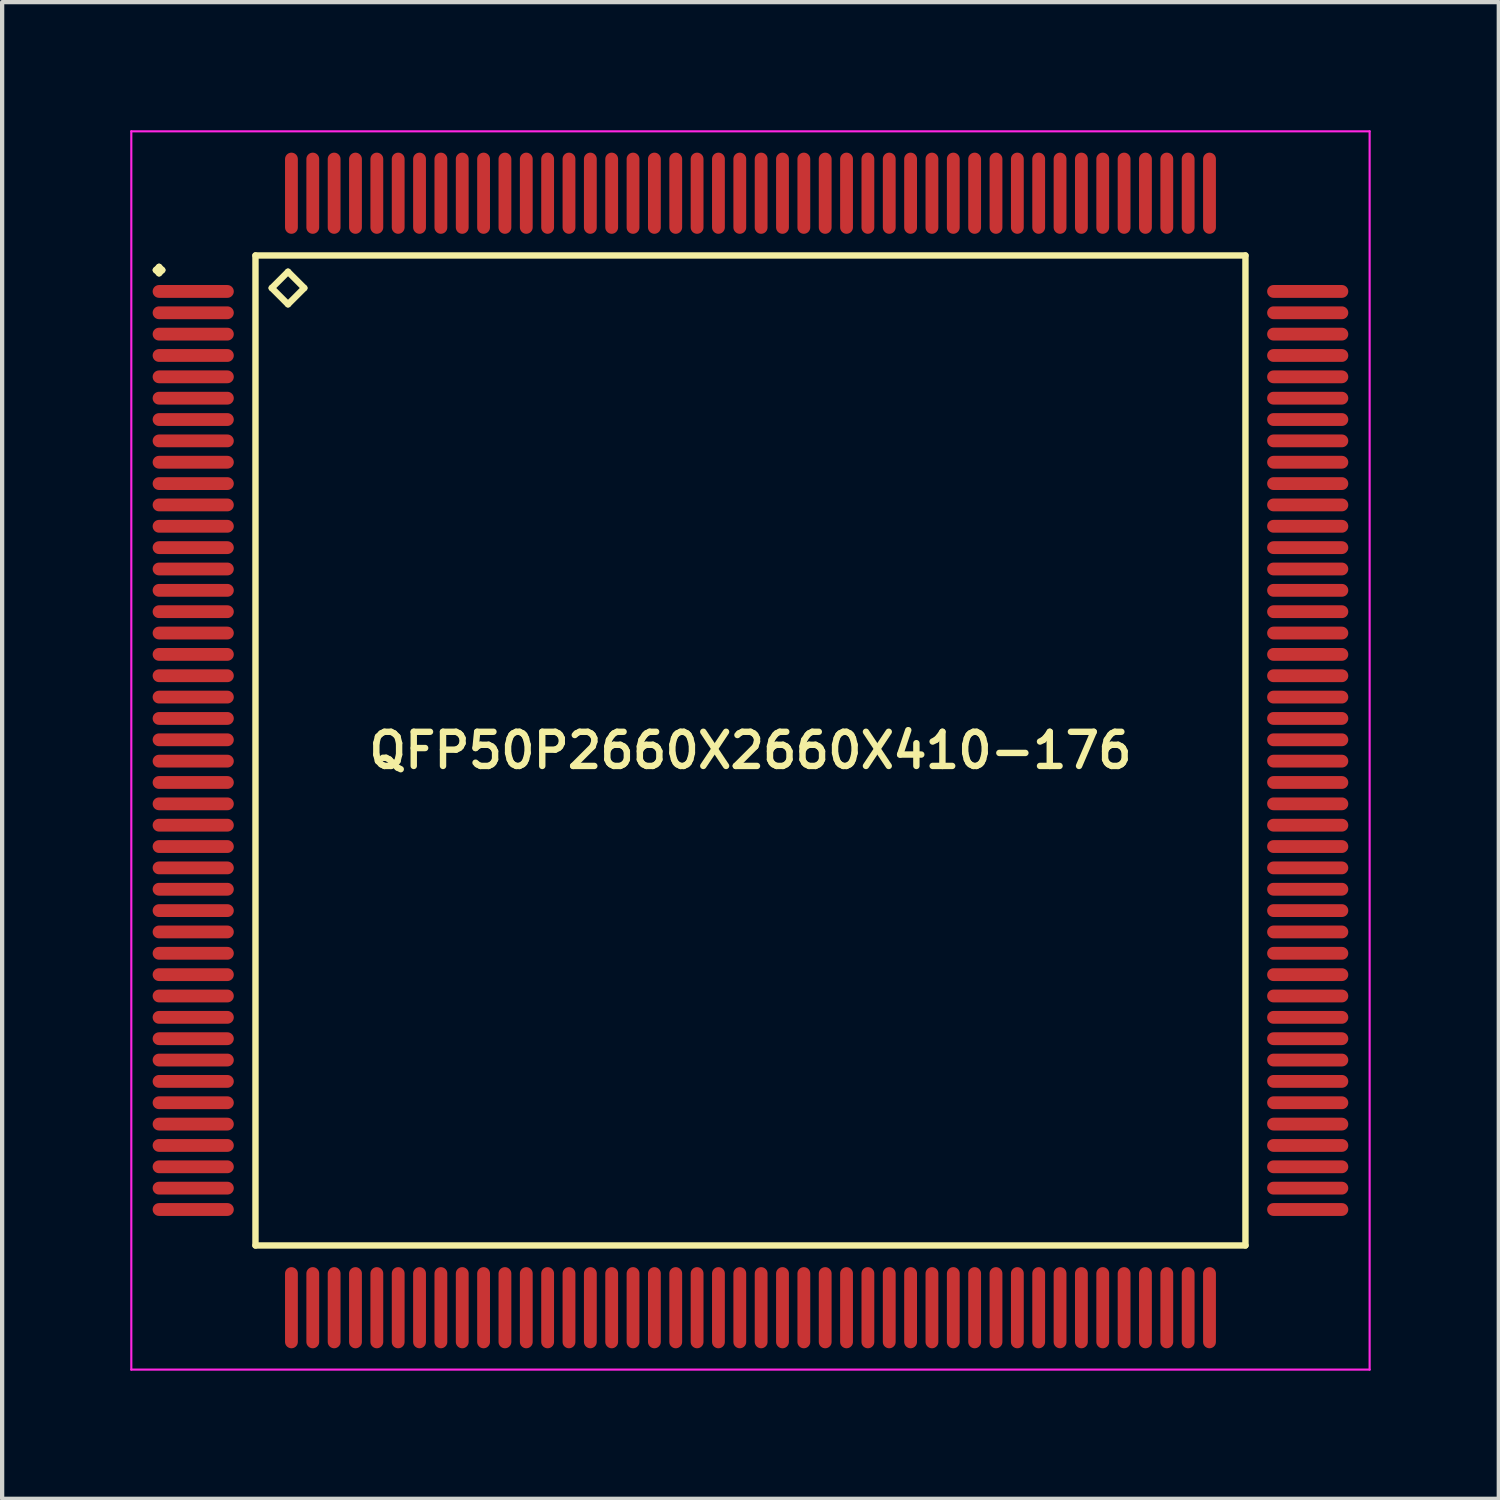
<source format=kicad_pcb>
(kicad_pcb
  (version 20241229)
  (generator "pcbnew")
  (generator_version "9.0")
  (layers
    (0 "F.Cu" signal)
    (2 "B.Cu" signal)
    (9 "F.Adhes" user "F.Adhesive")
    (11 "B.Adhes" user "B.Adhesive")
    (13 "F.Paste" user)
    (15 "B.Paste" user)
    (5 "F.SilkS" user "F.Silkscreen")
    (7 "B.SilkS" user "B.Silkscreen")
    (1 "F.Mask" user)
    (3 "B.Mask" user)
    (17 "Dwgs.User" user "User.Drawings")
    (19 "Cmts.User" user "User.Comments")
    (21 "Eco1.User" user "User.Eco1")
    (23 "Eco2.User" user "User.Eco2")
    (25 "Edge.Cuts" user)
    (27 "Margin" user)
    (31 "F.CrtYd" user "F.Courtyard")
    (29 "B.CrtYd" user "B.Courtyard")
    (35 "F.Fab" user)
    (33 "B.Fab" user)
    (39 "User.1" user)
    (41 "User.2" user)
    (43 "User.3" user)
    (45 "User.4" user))
  (footprint "QFP50P2660X2660X410-176"
    (layer "F.Cu")
    (at 14.525 14.525)
    (property "Reference" "QFP50P2660X2660X410-176" (at 0 0 0) (layer "F.SilkS") (effects (font (size 0.8 0.8) (thickness 0.15))))
    (attr smd)
    (fp_line (start -13.925 -11.25) (end -13.85 -11.325) (stroke (width 0.15) (type solid)) (layer "F.SilkS"))
    (fp_line (start -13.85 -11.325) (end -13.775 -11.25) (stroke (width 0.15) (type solid)) (layer "F.SilkS"))
    (fp_line (start -13.85 -11.175) (end -13.925 -11.25) (stroke (width 0.15) (type solid)) (layer "F.SilkS"))
    (fp_line (start -13.775 -11.25) (end -13.85 -11.175) (stroke (width 0.15) (type solid)) (layer "F.SilkS"))
    (fp_line (start -11.592 -11.592) (end -11.592 11.592) (stroke (width 0.15) (type solid)) (layer "F.SilkS"))
    (fp_line (start -11.592 11.592) (end 11.592 11.592) (stroke (width 0.15) (type solid)) (layer "F.SilkS"))
    (fp_line (start -11.211 -10.83) (end -10.83 -11.211) (stroke (width 0.15) (type solid)) (layer "F.SilkS"))
    (fp_line (start -10.83 -11.211) (end -10.449 -10.83) (stroke (width 0.15) (type solid)) (layer "F.SilkS"))
    (fp_line (start -10.83 -10.449) (end -11.211 -10.83) (stroke (width 0.15) (type solid)) (layer "F.SilkS"))
    (fp_line (start -10.449 -10.83) (end -10.83 -10.449) (stroke (width 0.15) (type solid)) (layer "F.SilkS"))
    (fp_line (start 11.592 -11.592) (end -11.592 -11.592) (stroke (width 0.15) (type solid)) (layer "F.SilkS"))
    (fp_line (start 11.592 11.592) (end 11.592 -11.592) (stroke (width 0.15) (type solid)) (layer "F.SilkS"))
    (fp_line (start -14.5 -14.5) (end 14.5 -14.5) (stroke (width 0.05) (type solid)) (layer "F.CrtYd"))
    (fp_line (start -14.5 14.5) (end -14.5 -14.5) (stroke (width 0.05) (type solid)) (layer "F.CrtYd"))
    (fp_line (start 14.5 -14.5) (end 14.5 14.5) (stroke (width 0.05) (type solid)) (layer "F.CrtYd"))
    (fp_line (start 14.5 14.5) (end -14.5 14.5) (stroke (width 0.05) (type solid)) (layer "F.CrtYd"))
    (pad "1" smd oval (at -13.05 -10.75) (size 1.9 0.3) (layers "F.Cu" "F.Mask" "F.Paste"))
    (pad "2" smd oval (at -13.05 -10.25) (size 1.9 0.3) (layers "F.Cu" "F.Mask" "F.Paste"))
    (pad "3" smd oval (at -13.05 -9.75) (size 1.9 0.3) (layers "F.Cu" "F.Mask" "F.Paste"))
    (pad "4" smd oval (at -13.05 -9.25) (size 1.9 0.3) (layers "F.Cu" "F.Mask" "F.Paste"))
    (pad "5" smd oval (at -13.05 -8.75) (size 1.9 0.3) (layers "F.Cu" "F.Mask" "F.Paste"))
    (pad "6" smd oval (at -13.05 -8.25) (size 1.9 0.3) (layers "F.Cu" "F.Mask" "F.Paste"))
    (pad "7" smd oval (at -13.05 -7.75) (size 1.9 0.3) (layers "F.Cu" "F.Mask" "F.Paste"))
    (pad "8" smd oval (at -13.05 -7.25) (size 1.9 0.3) (layers "F.Cu" "F.Mask" "F.Paste"))
    (pad "9" smd oval (at -13.05 -6.75) (size 1.9 0.3) (layers "F.Cu" "F.Mask" "F.Paste"))
    (pad "10" smd oval (at -13.05 -6.25) (size 1.9 0.3) (layers "F.Cu" "F.Mask" "F.Paste"))
    (pad "11" smd oval (at -13.05 -5.75) (size 1.9 0.3) (layers "F.Cu" "F.Mask" "F.Paste"))
    (pad "12" smd oval (at -13.05 -5.25) (size 1.9 0.3) (layers "F.Cu" "F.Mask" "F.Paste"))
    (pad "13" smd oval (at -13.05 -4.75) (size 1.9 0.3) (layers "F.Cu" "F.Mask" "F.Paste"))
    (pad "14" smd oval (at -13.05 -4.25) (size 1.9 0.3) (layers "F.Cu" "F.Mask" "F.Paste"))
    (pad "15" smd oval (at -13.05 -3.75) (size 1.9 0.3) (layers "F.Cu" "F.Mask" "F.Paste"))
    (pad "16" smd oval (at -13.05 -3.25) (size 1.9 0.3) (layers "F.Cu" "F.Mask" "F.Paste"))
    (pad "17" smd oval (at -13.05 -2.75) (size 1.9 0.3) (layers "F.Cu" "F.Mask" "F.Paste"))
    (pad "18" smd oval (at -13.05 -2.25) (size 1.9 0.3) (layers "F.Cu" "F.Mask" "F.Paste"))
    (pad "19" smd oval (at -13.05 -1.75) (size 1.9 0.3) (layers "F.Cu" "F.Mask" "F.Paste"))
    (pad "20" smd oval (at -13.05 -1.25) (size 1.9 0.3) (layers "F.Cu" "F.Mask" "F.Paste"))
    (pad "21" smd oval (at -13.05 -0.75) (size 1.9 0.3) (layers "F.Cu" "F.Mask" "F.Paste"))
    (pad "22" smd oval (at -13.05 -0.25) (size 1.9 0.3) (layers "F.Cu" "F.Mask" "F.Paste"))
    (pad "23" smd oval (at -13.05 0.25) (size 1.9 0.3) (layers "F.Cu" "F.Mask" "F.Paste"))
    (pad "24" smd oval (at -13.05 0.75) (size 1.9 0.3) (layers "F.Cu" "F.Mask" "F.Paste"))
    (pad "25" smd oval (at -13.05 1.25) (size 1.9 0.3) (layers "F.Cu" "F.Mask" "F.Paste"))
    (pad "26" smd oval (at -13.05 1.75) (size 1.9 0.3) (layers "F.Cu" "F.Mask" "F.Paste"))
    (pad "27" smd oval (at -13.05 2.25) (size 1.9 0.3) (layers "F.Cu" "F.Mask" "F.Paste"))
    (pad "28" smd oval (at -13.05 2.75) (size 1.9 0.3) (layers "F.Cu" "F.Mask" "F.Paste"))
    (pad "29" smd oval (at -13.05 3.25) (size 1.9 0.3) (layers "F.Cu" "F.Mask" "F.Paste"))
    (pad "30" smd oval (at -13.05 3.75) (size 1.9 0.3) (layers "F.Cu" "F.Mask" "F.Paste"))
    (pad "31" smd oval (at -13.05 4.25) (size 1.9 0.3) (layers "F.Cu" "F.Mask" "F.Paste"))
    (pad "32" smd oval (at -13.05 4.75) (size 1.9 0.3) (layers "F.Cu" "F.Mask" "F.Paste"))
    (pad "33" smd oval (at -13.05 5.25) (size 1.9 0.3) (layers "F.Cu" "F.Mask" "F.Paste"))
    (pad "34" smd oval (at -13.05 5.75) (size 1.9 0.3) (layers "F.Cu" "F.Mask" "F.Paste"))
    (pad "35" smd oval (at -13.05 6.25) (size 1.9 0.3) (layers "F.Cu" "F.Mask" "F.Paste"))
    (pad "36" smd oval (at -13.05 6.75) (size 1.9 0.3) (layers "F.Cu" "F.Mask" "F.Paste"))
    (pad "37" smd oval (at -13.05 7.25) (size 1.9 0.3) (layers "F.Cu" "F.Mask" "F.Paste"))
    (pad "38" smd oval (at -13.05 7.75) (size 1.9 0.3) (layers "F.Cu" "F.Mask" "F.Paste"))
    (pad "39" smd oval (at -13.05 8.25) (size 1.9 0.3) (layers "F.Cu" "F.Mask" "F.Paste"))
    (pad "40" smd oval (at -13.05 8.75) (size 1.9 0.3) (layers "F.Cu" "F.Mask" "F.Paste"))
    (pad "41" smd oval (at -13.05 9.25) (size 1.9 0.3) (layers "F.Cu" "F.Mask" "F.Paste"))
    (pad "42" smd oval (at -13.05 9.75) (size 1.9 0.3) (layers "F.Cu" "F.Mask" "F.Paste"))
    (pad "43" smd oval (at -13.05 10.25) (size 1.9 0.3) (layers "F.Cu" "F.Mask" "F.Paste"))
    (pad "44" smd oval (at -13.05 10.75) (size 1.9 0.3) (layers "F.Cu" "F.Mask" "F.Paste"))
    (pad "45" smd oval (at -10.75 13.05) (size 0.3 1.9) (layers "F.Cu" "F.Mask" "F.Paste"))
    (pad "46" smd oval (at -10.25 13.05) (size 0.3 1.9) (layers "F.Cu" "F.Mask" "F.Paste"))
    (pad "47" smd oval (at -9.75 13.05) (size 0.3 1.9) (layers "F.Cu" "F.Mask" "F.Paste"))
    (pad "48" smd oval (at -9.25 13.05) (size 0.3 1.9) (layers "F.Cu" "F.Mask" "F.Paste"))
    (pad "49" smd oval (at -8.75 13.05) (size 0.3 1.9) (layers "F.Cu" "F.Mask" "F.Paste"))
    (pad "50" smd oval (at -8.25 13.05) (size 0.3 1.9) (layers "F.Cu" "F.Mask" "F.Paste"))
    (pad "51" smd oval (at -7.75 13.05) (size 0.3 1.9) (layers "F.Cu" "F.Mask" "F.Paste"))
    (pad "52" smd oval (at -7.25 13.05) (size 0.3 1.9) (layers "F.Cu" "F.Mask" "F.Paste"))
    (pad "53" smd oval (at -6.75 13.05) (size 0.3 1.9) (layers "F.Cu" "F.Mask" "F.Paste"))
    (pad "54" smd oval (at -6.25 13.05) (size 0.3 1.9) (layers "F.Cu" "F.Mask" "F.Paste"))
    (pad "55" smd oval (at -5.75 13.05) (size 0.3 1.9) (layers "F.Cu" "F.Mask" "F.Paste"))
    (pad "56" smd oval (at -5.25 13.05) (size 0.3 1.9) (layers "F.Cu" "F.Mask" "F.Paste"))
    (pad "57" smd oval (at -4.75 13.05) (size 0.3 1.9) (layers "F.Cu" "F.Mask" "F.Paste"))
    (pad "58" smd oval (at -4.25 13.05) (size 0.3 1.9) (layers "F.Cu" "F.Mask" "F.Paste"))
    (pad "59" smd oval (at -3.75 13.05) (size 0.3 1.9) (layers "F.Cu" "F.Mask" "F.Paste"))
    (pad "60" smd oval (at -3.25 13.05) (size 0.3 1.9) (layers "F.Cu" "F.Mask" "F.Paste"))
    (pad "61" smd oval (at -2.75 13.05) (size 0.3 1.9) (layers "F.Cu" "F.Mask" "F.Paste"))
    (pad "62" smd oval (at -2.25 13.05) (size 0.3 1.9) (layers "F.Cu" "F.Mask" "F.Paste"))
    (pad "63" smd oval (at -1.75 13.05) (size 0.3 1.9) (layers "F.Cu" "F.Mask" "F.Paste"))
    (pad "64" smd oval (at -1.25 13.05) (size 0.3 1.9) (layers "F.Cu" "F.Mask" "F.Paste"))
    (pad "65" smd oval (at -0.75 13.05) (size 0.3 1.9) (layers "F.Cu" "F.Mask" "F.Paste"))
    (pad "66" smd oval (at -0.25 13.05) (size 0.3 1.9) (layers "F.Cu" "F.Mask" "F.Paste"))
    (pad "67" smd oval (at 0.25 13.05) (size 0.3 1.9) (layers "F.Cu" "F.Mask" "F.Paste"))
    (pad "68" smd oval (at 0.75 13.05) (size 0.3 1.9) (layers "F.Cu" "F.Mask" "F.Paste"))
    (pad "69" smd oval (at 1.25 13.05) (size 0.3 1.9) (layers "F.Cu" "F.Mask" "F.Paste"))
    (pad "70" smd oval (at 1.75 13.05) (size 0.3 1.9) (layers "F.Cu" "F.Mask" "F.Paste"))
    (pad "71" smd oval (at 2.25 13.05) (size 0.3 1.9) (layers "F.Cu" "F.Mask" "F.Paste"))
    (pad "72" smd oval (at 2.75 13.05) (size 0.3 1.9) (layers "F.Cu" "F.Mask" "F.Paste"))
    (pad "73" smd oval (at 3.25 13.05) (size 0.3 1.9) (layers "F.Cu" "F.Mask" "F.Paste"))
    (pad "74" smd oval (at 3.75 13.05) (size 0.3 1.9) (layers "F.Cu" "F.Mask" "F.Paste"))
    (pad "75" smd oval (at 4.25 13.05) (size 0.3 1.9) (layers "F.Cu" "F.Mask" "F.Paste"))
    (pad "76" smd oval (at 4.75 13.05) (size 0.3 1.9) (layers "F.Cu" "F.Mask" "F.Paste"))
    (pad "77" smd oval (at 5.25 13.05) (size 0.3 1.9) (layers "F.Cu" "F.Mask" "F.Paste"))
    (pad "78" smd oval (at 5.75 13.05) (size 0.3 1.9) (layers "F.Cu" "F.Mask" "F.Paste"))
    (pad "79" smd oval (at 6.25 13.05) (size 0.3 1.9) (layers "F.Cu" "F.Mask" "F.Paste"))
    (pad "80" smd oval (at 6.75 13.05) (size 0.3 1.9) (layers "F.Cu" "F.Mask" "F.Paste"))
    (pad "81" smd oval (at 7.25 13.05) (size 0.3 1.9) (layers "F.Cu" "F.Mask" "F.Paste"))
    (pad "82" smd oval (at 7.75 13.05) (size 0.3 1.9) (layers "F.Cu" "F.Mask" "F.Paste"))
    (pad "83" smd oval (at 8.25 13.05) (size 0.3 1.9) (layers "F.Cu" "F.Mask" "F.Paste"))
    (pad "84" smd oval (at 8.75 13.05) (size 0.3 1.9) (layers "F.Cu" "F.Mask" "F.Paste"))
    (pad "85" smd oval (at 9.25 13.05) (size 0.3 1.9) (layers "F.Cu" "F.Mask" "F.Paste"))
    (pad "86" smd oval (at 9.75 13.05) (size 0.3 1.9) (layers "F.Cu" "F.Mask" "F.Paste"))
    (pad "87" smd oval (at 10.25 13.05) (size 0.3 1.9) (layers "F.Cu" "F.Mask" "F.Paste"))
    (pad "88" smd oval (at 10.75 13.05) (size 0.3 1.9) (layers "F.Cu" "F.Mask" "F.Paste"))
    (pad "89" smd oval (at 13.05 10.75) (size 1.9 0.3) (layers "F.Cu" "F.Mask" "F.Paste"))
    (pad "90" smd oval (at 13.05 10.25) (size 1.9 0.3) (layers "F.Cu" "F.Mask" "F.Paste"))
    (pad "91" smd oval (at 13.05 9.75) (size 1.9 0.3) (layers "F.Cu" "F.Mask" "F.Paste"))
    (pad "92" smd oval (at 13.05 9.25) (size 1.9 0.3) (layers "F.Cu" "F.Mask" "F.Paste"))
    (pad "93" smd oval (at 13.05 8.75) (size 1.9 0.3) (layers "F.Cu" "F.Mask" "F.Paste"))
    (pad "94" smd oval (at 13.05 8.25) (size 1.9 0.3) (layers "F.Cu" "F.Mask" "F.Paste"))
    (pad "95" smd oval (at 13.05 7.75) (size 1.9 0.3) (layers "F.Cu" "F.Mask" "F.Paste"))
    (pad "96" smd oval (at 13.05 7.25) (size 1.9 0.3) (layers "F.Cu" "F.Mask" "F.Paste"))
    (pad "97" smd oval (at 13.05 6.75) (size 1.9 0.3) (layers "F.Cu" "F.Mask" "F.Paste"))
    (pad "98" smd oval (at 13.05 6.25) (size 1.9 0.3) (layers "F.Cu" "F.Mask" "F.Paste"))
    (pad "99" smd oval (at 13.05 5.75) (size 1.9 0.3) (layers "F.Cu" "F.Mask" "F.Paste"))
    (pad "100" smd oval (at 13.05 5.25) (size 1.9 0.3) (layers "F.Cu" "F.Mask" "F.Paste"))
    (pad "101" smd oval (at 13.05 4.75) (size 1.9 0.3) (layers "F.Cu" "F.Mask" "F.Paste"))
    (pad "102" smd oval (at 13.05 4.25) (size 1.9 0.3) (layers "F.Cu" "F.Mask" "F.Paste"))
    (pad "103" smd oval (at 13.05 3.75) (size 1.9 0.3) (layers "F.Cu" "F.Mask" "F.Paste"))
    (pad "104" smd oval (at 13.05 3.25) (size 1.9 0.3) (layers "F.Cu" "F.Mask" "F.Paste"))
    (pad "105" smd oval (at 13.05 2.75) (size 1.9 0.3) (layers "F.Cu" "F.Mask" "F.Paste"))
    (pad "106" smd oval (at 13.05 2.25) (size 1.9 0.3) (layers "F.Cu" "F.Mask" "F.Paste"))
    (pad "107" smd oval (at 13.05 1.75) (size 1.9 0.3) (layers "F.Cu" "F.Mask" "F.Paste"))
    (pad "108" smd oval (at 13.05 1.25) (size 1.9 0.3) (layers "F.Cu" "F.Mask" "F.Paste"))
    (pad "109" smd oval (at 13.05 0.75) (size 1.9 0.3) (layers "F.Cu" "F.Mask" "F.Paste"))
    (pad "110" smd oval (at 13.05 0.25) (size 1.9 0.3) (layers "F.Cu" "F.Mask" "F.Paste"))
    (pad "111" smd oval (at 13.05 -0.25) (size 1.9 0.3) (layers "F.Cu" "F.Mask" "F.Paste"))
    (pad "112" smd oval (at 13.05 -0.75) (size 1.9 0.3) (layers "F.Cu" "F.Mask" "F.Paste"))
    (pad "113" smd oval (at 13.05 -1.25) (size 1.9 0.3) (layers "F.Cu" "F.Mask" "F.Paste"))
    (pad "114" smd oval (at 13.05 -1.75) (size 1.9 0.3) (layers "F.Cu" "F.Mask" "F.Paste"))
    (pad "115" smd oval (at 13.05 -2.25) (size 1.9 0.3) (layers "F.Cu" "F.Mask" "F.Paste"))
    (pad "116" smd oval (at 13.05 -2.75) (size 1.9 0.3) (layers "F.Cu" "F.Mask" "F.Paste"))
    (pad "117" smd oval (at 13.05 -3.25) (size 1.9 0.3) (layers "F.Cu" "F.Mask" "F.Paste"))
    (pad "118" smd oval (at 13.05 -3.75) (size 1.9 0.3) (layers "F.Cu" "F.Mask" "F.Paste"))
    (pad "119" smd oval (at 13.05 -4.25) (size 1.9 0.3) (layers "F.Cu" "F.Mask" "F.Paste"))
    (pad "120" smd oval (at 13.05 -4.75) (size 1.9 0.3) (layers "F.Cu" "F.Mask" "F.Paste"))
    (pad "121" smd oval (at 13.05 -5.25) (size 1.9 0.3) (layers "F.Cu" "F.Mask" "F.Paste"))
    (pad "122" smd oval (at 13.05 -5.75) (size 1.9 0.3) (layers "F.Cu" "F.Mask" "F.Paste"))
    (pad "123" smd oval (at 13.05 -6.25) (size 1.9 0.3) (layers "F.Cu" "F.Mask" "F.Paste"))
    (pad "124" smd oval (at 13.05 -6.75) (size 1.9 0.3) (layers "F.Cu" "F.Mask" "F.Paste"))
    (pad "125" smd oval (at 13.05 -7.25) (size 1.9 0.3) (layers "F.Cu" "F.Mask" "F.Paste"))
    (pad "126" smd oval (at 13.05 -7.75) (size 1.9 0.3) (layers "F.Cu" "F.Mask" "F.Paste"))
    (pad "127" smd oval (at 13.05 -8.25) (size 1.9 0.3) (layers "F.Cu" "F.Mask" "F.Paste"))
    (pad "128" smd oval (at 13.05 -8.75) (size 1.9 0.3) (layers "F.Cu" "F.Mask" "F.Paste"))
    (pad "129" smd oval (at 13.05 -9.25) (size 1.9 0.3) (layers "F.Cu" "F.Mask" "F.Paste"))
    (pad "130" smd oval (at 13.05 -9.75) (size 1.9 0.3) (layers "F.Cu" "F.Mask" "F.Paste"))
    (pad "131" smd oval (at 13.05 -10.25) (size 1.9 0.3) (layers "F.Cu" "F.Mask" "F.Paste"))
    (pad "132" smd oval (at 13.05 -10.75) (size 1.9 0.3) (layers "F.Cu" "F.Mask" "F.Paste"))
    (pad "133" smd oval (at 10.75 -13.05) (size 0.3 1.9) (layers "F.Cu" "F.Mask" "F.Paste"))
    (pad "134" smd oval (at 10.25 -13.05) (size 0.3 1.9) (layers "F.Cu" "F.Mask" "F.Paste"))
    (pad "135" smd oval (at 9.75 -13.05) (size 0.3 1.9) (layers "F.Cu" "F.Mask" "F.Paste"))
    (pad "136" smd oval (at 9.25 -13.05) (size 0.3 1.9) (layers "F.Cu" "F.Mask" "F.Paste"))
    (pad "137" smd oval (at 8.75 -13.05) (size 0.3 1.9) (layers "F.Cu" "F.Mask" "F.Paste"))
    (pad "138" smd oval (at 8.25 -13.05) (size 0.3 1.9) (layers "F.Cu" "F.Mask" "F.Paste"))
    (pad "139" smd oval (at 7.75 -13.05) (size 0.3 1.9) (layers "F.Cu" "F.Mask" "F.Paste"))
    (pad "140" smd oval (at 7.25 -13.05) (size 0.3 1.9) (layers "F.Cu" "F.Mask" "F.Paste"))
    (pad "141" smd oval (at 6.75 -13.05) (size 0.3 1.9) (layers "F.Cu" "F.Mask" "F.Paste"))
    (pad "142" smd oval (at 6.25 -13.05) (size 0.3 1.9) (layers "F.Cu" "F.Mask" "F.Paste"))
    (pad "143" smd oval (at 5.75 -13.05) (size 0.3 1.9) (layers "F.Cu" "F.Mask" "F.Paste"))
    (pad "144" smd oval (at 5.25 -13.05) (size 0.3 1.9) (layers "F.Cu" "F.Mask" "F.Paste"))
    (pad "145" smd oval (at 4.75 -13.05) (size 0.3 1.9) (layers "F.Cu" "F.Mask" "F.Paste"))
    (pad "146" smd oval (at 4.25 -13.05) (size 0.3 1.9) (layers "F.Cu" "F.Mask" "F.Paste"))
    (pad "147" smd oval (at 3.75 -13.05) (size 0.3 1.9) (layers "F.Cu" "F.Mask" "F.Paste"))
    (pad "148" smd oval (at 3.25 -13.05) (size 0.3 1.9) (layers "F.Cu" "F.Mask" "F.Paste"))
    (pad "149" smd oval (at 2.75 -13.05) (size 0.3 1.9) (layers "F.Cu" "F.Mask" "F.Paste"))
    (pad "150" smd oval (at 2.25 -13.05) (size 0.3 1.9) (layers "F.Cu" "F.Mask" "F.Paste"))
    (pad "151" smd oval (at 1.75 -13.05) (size 0.3 1.9) (layers "F.Cu" "F.Mask" "F.Paste"))
    (pad "152" smd oval (at 1.25 -13.05) (size 0.3 1.9) (layers "F.Cu" "F.Mask" "F.Paste"))
    (pad "153" smd oval (at 0.75 -13.05) (size 0.3 1.9) (layers "F.Cu" "F.Mask" "F.Paste"))
    (pad "154" smd oval (at 0.25 -13.05) (size 0.3 1.9) (layers "F.Cu" "F.Mask" "F.Paste"))
    (pad "155" smd oval (at -0.25 -13.05) (size 0.3 1.9) (layers "F.Cu" "F.Mask" "F.Paste"))
    (pad "156" smd oval (at -0.75 -13.05) (size 0.3 1.9) (layers "F.Cu" "F.Mask" "F.Paste"))
    (pad "157" smd oval (at -1.25 -13.05) (size 0.3 1.9) (layers "F.Cu" "F.Mask" "F.Paste"))
    (pad "158" smd oval (at -1.75 -13.05) (size 0.3 1.9) (layers "F.Cu" "F.Mask" "F.Paste"))
    (pad "159" smd oval (at -2.25 -13.05) (size 0.3 1.9) (layers "F.Cu" "F.Mask" "F.Paste"))
    (pad "160" smd oval (at -2.75 -13.05) (size 0.3 1.9) (layers "F.Cu" "F.Mask" "F.Paste"))
    (pad "161" smd oval (at -3.25 -13.05) (size 0.3 1.9) (layers "F.Cu" "F.Mask" "F.Paste"))
    (pad "162" smd oval (at -3.75 -13.05) (size 0.3 1.9) (layers "F.Cu" "F.Mask" "F.Paste"))
    (pad "163" smd oval (at -4.25 -13.05) (size 0.3 1.9) (layers "F.Cu" "F.Mask" "F.Paste"))
    (pad "164" smd oval (at -4.75 -13.05) (size 0.3 1.9) (layers "F.Cu" "F.Mask" "F.Paste"))
    (pad "165" smd oval (at -5.25 -13.05) (size 0.3 1.9) (layers "F.Cu" "F.Mask" "F.Paste"))
    (pad "166" smd oval (at -5.75 -13.05) (size 0.3 1.9) (layers "F.Cu" "F.Mask" "F.Paste"))
    (pad "167" smd oval (at -6.25 -13.05) (size 0.3 1.9) (layers "F.Cu" "F.Mask" "F.Paste"))
    (pad "168" smd oval (at -6.75 -13.05) (size 0.3 1.9) (layers "F.Cu" "F.Mask" "F.Paste"))
    (pad "169" smd oval (at -7.25 -13.05) (size 0.3 1.9) (layers "F.Cu" "F.Mask" "F.Paste"))
    (pad "170" smd oval (at -7.75 -13.05) (size 0.3 1.9) (layers "F.Cu" "F.Mask" "F.Paste"))
    (pad "171" smd oval (at -8.25 -13.05) (size 0.3 1.9) (layers "F.Cu" "F.Mask" "F.Paste"))
    (pad "172" smd oval (at -8.75 -13.05) (size 0.3 1.9) (layers "F.Cu" "F.Mask" "F.Paste"))
    (pad "173" smd oval (at -9.25 -13.05) (size 0.3 1.9) (layers "F.Cu" "F.Mask" "F.Paste"))
    (pad "174" smd oval (at -9.75 -13.05) (size 0.3 1.9) (layers "F.Cu" "F.Mask" "F.Paste"))
    (pad "175" smd oval (at -10.25 -13.05) (size 0.3 1.9) (layers "F.Cu" "F.Mask" "F.Paste"))
    (pad "176" smd oval (at -10.75 -13.05) (size 0.3 1.9) (layers "F.Cu" "F.Mask" "F.Paste")))
  (gr_rect
    (start -3 -3)
    (end 32.05 32.05)
    (stroke (width 0.1) (type default))
    (fill no)
    (layer "Edge.Cuts")))
</source>
